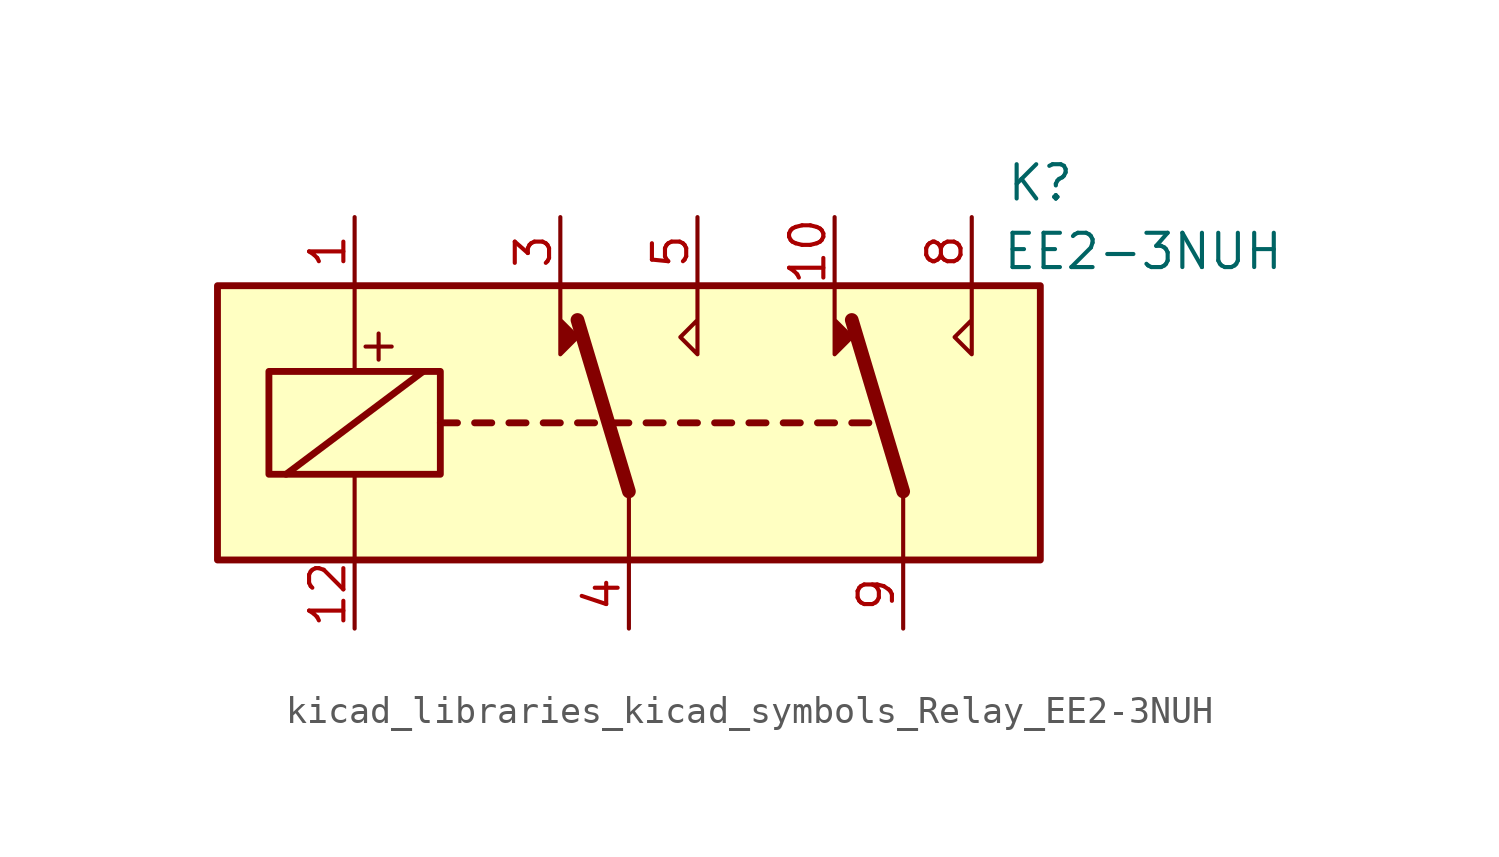
<source format=kicad_sym>
(kicad_symbol_lib
  (version 20220914)
  (generator kicad_symbol_editor)
  (symbol "kicad_libraries_kicad_symbols_Relay_EE2-3NUH"
    (property "Reference" "K"
      (at 15.24 8.89 0)
      (effects (font (size 1.27 1.27))))
    (property "Value" "EE2-3NUH"
      (at 19.05 6.35 0)
      (effects (font (size 1.27 1.27))))
    (symbol "kicad_libraries_kicad_symbols_Relay_EE2-3NUH_1_1"
      (rectangle (start -15.24 5.08) (end 15.24 -5.08) (stroke (width 0.254) (type default)) (fill (type background)))
      (rectangle (start -13.335 1.905) (end -6.985 -1.905) (stroke (width 0.254) (type default)) (fill (type none)))
      (polyline (pts (xy -12.7 -1.905) (xy -7.62 1.905)) (stroke (width 0.254) (type default)) (fill (type none)))
      (polyline (pts (xy -10.16 -5.08) (xy -10.16 -1.905)) (stroke (width 0) (type default)) (fill (type none)))
      (polyline (pts (xy -10.16 5.08) (xy -10.16 1.905)) (stroke (width 0) (type default)) (fill (type none)))
      (polyline (pts (xy -6.985 0) (xy -6.35 0)) (stroke (width 0.254) (type default)) (fill (type none)))
      (polyline (pts (xy -5.715 0) (xy -5.08 0)) (stroke (width 0.254) (type default)) (fill (type none)))
      (polyline (pts (xy -4.445 0) (xy -3.81 0)) (stroke (width 0.254) (type default)) (fill (type none)))
      (polyline (pts (xy -3.175 0) (xy -2.54 0)) (stroke (width 0.254) (type default)) (fill (type none)))
      (polyline (pts (xy -1.905 0) (xy -1.27 0)) (stroke (width 0.254) (type default)) (fill (type none)))
      (polyline (pts (xy -0.635 0) (xy 0 0)) (stroke (width 0.254) (type default)) (fill (type none)))
      (polyline (pts (xy 0 -2.54) (xy -1.905 3.81)) (stroke (width 0.508) (type default)) (fill (type none)))
      (polyline (pts (xy 0 -2.54) (xy 0 -5.08)) (stroke (width 0) (type default)) (fill (type none)))
      (polyline (pts (xy 0.635 0) (xy 1.27 0)) (stroke (width 0.254) (type default)) (fill (type none)))
      (polyline (pts (xy 1.905 0) (xy 2.54 0)) (stroke (width 0.254) (type default)) (fill (type none)))
      (polyline (pts (xy 3.175 0) (xy 3.81 0)) (stroke (width 0.254) (type default)) (fill (type none)))
      (polyline (pts (xy 4.445 0) (xy 5.08 0)) (stroke (width 0.254) (type default)) (fill (type none)))
      (polyline (pts (xy 5.715 0) (xy 6.35 0)) (stroke (width 0.254) (type default)) (fill (type none)))
      (polyline (pts (xy 6.985 0) (xy 7.62 0)) (stroke (width 0.254) (type default)) (fill (type none)))
      (polyline (pts (xy 8.255 0) (xy 8.89 0)) (stroke (width 0.254) (type default)) (fill (type none)))
      (polyline (pts (xy 10.16 -2.54) (xy 8.255 3.81)) (stroke (width 0.508) (type default)) (fill (type none)))
      (polyline (pts (xy 10.16 -2.54) (xy 10.16 -5.08)) (stroke (width 0) (type default)) (fill (type none)))
      (polyline (pts (xy -2.54 5.08) (xy -2.54 2.54) (xy -1.905 3.175) (xy -2.54 3.81)) (stroke (width 0) (type default)) (fill (type outline)))
      (polyline (pts (xy 2.54 5.08) (xy 2.54 2.54) (xy 1.905 3.175) (xy 2.54 3.81)) (stroke (width 0) (type default)) (fill (type none)))
      (polyline (pts (xy 7.62 5.08) (xy 7.62 2.54) (xy 8.255 3.175) (xy 7.62 3.81)) (stroke (width 0) (type default)) (fill (type outline)))
      (polyline (pts (xy 12.7 5.08) (xy 12.7 2.54) (xy 12.065 3.175) (xy 12.7 3.81)) (stroke (width 0) (type default)) (fill (type none)))
      (text "+" (at -9.271 2.921 0) (effects (font (size 1.27 1.27))))
      (pin passive line (at -10.16 7.62 270) (length 2.54) (name "~" (effects (font (size 1.27 1.27)))) (number "1" (effects (font (size 1.27 1.27)))))
      (pin passive line (at 7.62 7.62 270) (length 2.54) (name "~" (effects (font (size 1.27 1.27)))) (number "10" (effects (font (size 1.27 1.27)))))
      (pin passive line (at -10.16 -7.62 90) (length 2.54) (name "~" (effects (font (size 1.27 1.27)))) (number "12" (effects (font (size 1.27 1.27)))))
      (pin passive line (at -2.54 7.62 270) (length 2.54) (name "~" (effects (font (size 1.27 1.27)))) (number "3" (effects (font (size 1.27 1.27)))))
      (pin passive line (at 0 -7.62 90) (length 2.54) (name "~" (effects (font (size 1.27 1.27)))) (number "4" (effects (font (size 1.27 1.27)))))
      (pin passive line (at 2.54 7.62 270) (length 2.54) (name "~" (effects (font (size 1.27 1.27)))) (number "5" (effects (font (size 1.27 1.27)))))
      (pin passive line (at 12.7 7.62 270) (length 2.54) (name "~" (effects (font (size 1.27 1.27)))) (number "8" (effects (font (size 1.27 1.27)))))
      (pin passive line (at 10.16 -7.62 90) (length 2.54) (name "~" (effects (font (size 1.27 1.27)))) (number "9" (effects (font (size 1.27 1.27))))))))
</source>
